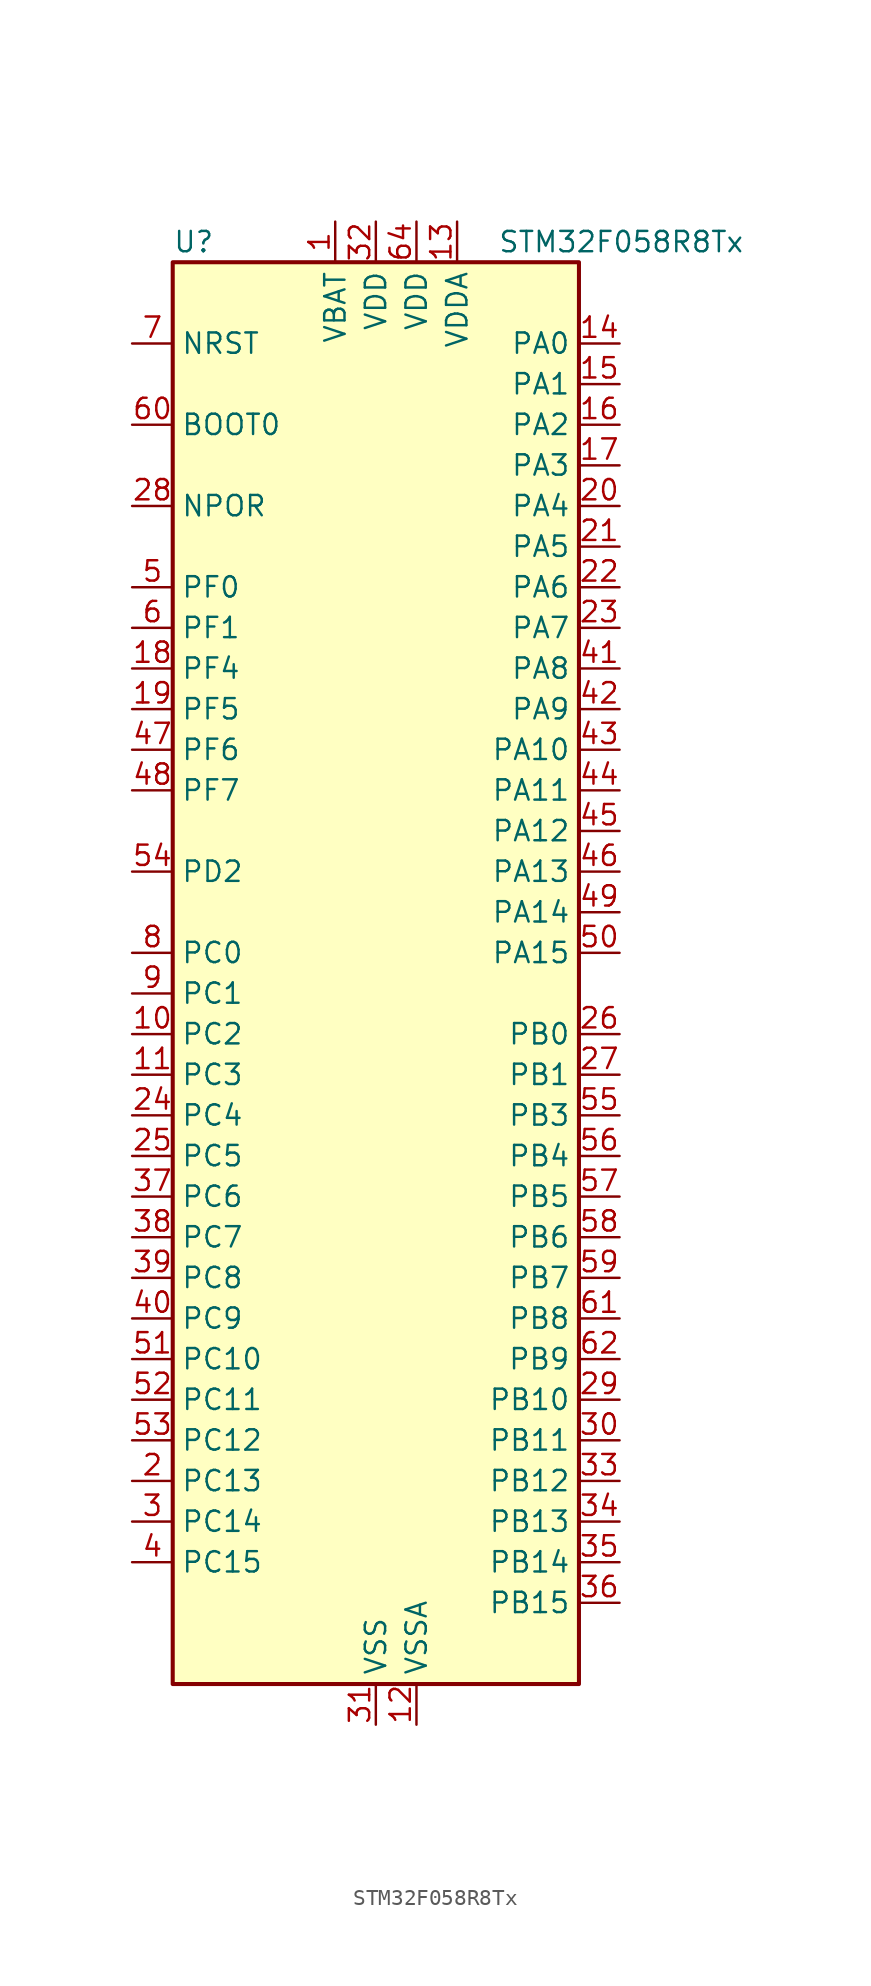
<source format=kicad_sym>
(kicad_symbol_lib
  (version 20241209)
  (generator "kicad_symbol_editor")
  (generator_version "9.0")
  (symbol "STM32F058R8Tx"
    (property "Reference" "U"
      (at -12.7 46.99 0)
      (effects (font (size 1.27 1.27)) (justify left)))
    (property "Value" "STM32F058R8Tx"
      (at 7.62 46.99 0)
      (effects (font (size 1.27 1.27)) (justify left)))
    (symbol "STM32F058R8Tx_0_1"
      (rectangle (start -12.7 -43.18) (end 12.7 45.72) (stroke (width 0.254) (type default)) (fill (type background))))
    (symbol "STM32F058R8Tx_1_1"
      (pin input line (at -15.24 40.64 0) (length 2.54) (name "NRST" (effects (font (size 1.27 1.27)))) (number "7" (effects (font (size 1.27 1.27)))))
      (pin input line (at -15.24 35.56 0) (length 2.54) (name "BOOT0" (effects (font (size 1.27 1.27)))) (number "60" (effects (font (size 1.27 1.27)))))
      (pin input line (at -15.24 30.48 0) (length 2.54) (name "NPOR" (effects (font (size 1.27 1.27)))) (number "28" (effects (font (size 1.27 1.27)))))
      (pin bidirectional line (at -15.24 25.4 0) (length 2.54) (name "PF0" (effects (font (size 1.27 1.27)))) (number "5" (effects (font (size 1.27 1.27)))) (alternate "RCC_OSC_IN" bidirectional line))
      (pin bidirectional line (at -15.24 22.86 0) (length 2.54) (name "PF1" (effects (font (size 1.27 1.27)))) (number "6" (effects (font (size 1.27 1.27)))) (alternate "RCC_OSC_OUT" bidirectional line))
      (pin bidirectional line (at -15.24 20.32 0) (length 2.54) (name "PF4" (effects (font (size 1.27 1.27)))) (number "18" (effects (font (size 1.27 1.27)))))
      (pin bidirectional line (at -15.24 17.78 0) (length 2.54) (name "PF5" (effects (font (size 1.27 1.27)))) (number "19" (effects (font (size 1.27 1.27)))))
      (pin bidirectional line (at -15.24 15.24 0) (length 2.54) (name "PF6" (effects (font (size 1.27 1.27)))) (number "47" (effects (font (size 1.27 1.27)))) (alternate "I2C2_SCL" bidirectional line))
      (pin bidirectional line (at -15.24 12.7 0) (length 2.54) (name "PF7" (effects (font (size 1.27 1.27)))) (number "48" (effects (font (size 1.27 1.27)))) (alternate "I2C2_SDA" bidirectional line))
      (pin bidirectional line (at -15.24 7.62 0) (length 2.54) (name "PD2" (effects (font (size 1.27 1.27)))) (number "54" (effects (font (size 1.27 1.27)))) (alternate "TIM3_ETR" bidirectional line))
      (pin bidirectional line (at -15.24 2.54 0) (length 2.54) (name "PC0" (effects (font (size 1.27 1.27)))) (number "8" (effects (font (size 1.27 1.27)))) (alternate "ADC_IN10" bidirectional line))
      (pin bidirectional line (at -15.24 0 0) (length 2.54) (name "PC1" (effects (font (size 1.27 1.27)))) (number "9" (effects (font (size 1.27 1.27)))) (alternate "ADC_IN11" bidirectional line))
      (pin bidirectional line (at -15.24 -2.54 0) (length 2.54) (name "PC2" (effects (font (size 1.27 1.27)))) (number "10" (effects (font (size 1.27 1.27)))) (alternate "ADC_IN12" bidirectional line))
      (pin bidirectional line (at -15.24 -5.08 0) (length 2.54) (name "PC3" (effects (font (size 1.27 1.27)))) (number "11" (effects (font (size 1.27 1.27)))) (alternate "ADC_IN13" bidirectional line))
      (pin bidirectional line (at -15.24 -7.62 0) (length 2.54) (name "PC4" (effects (font (size 1.27 1.27)))) (number "24" (effects (font (size 1.27 1.27)))) (alternate "ADC_IN14" bidirectional line))
      (pin bidirectional line (at -15.24 -10.16 0) (length 2.54) (name "PC5" (effects (font (size 1.27 1.27)))) (number "25" (effects (font (size 1.27 1.27)))) (alternate "ADC_IN15" bidirectional line) (alternate "TSC_G3_IO1" bidirectional line))
      (pin bidirectional line (at -15.24 -12.7 0) (length 2.54) (name "PC6" (effects (font (size 1.27 1.27)))) (number "37" (effects (font (size 1.27 1.27)))) (alternate "TIM3_CH1" bidirectional line))
      (pin bidirectional line (at -15.24 -15.24 0) (length 2.54) (name "PC7" (effects (font (size 1.27 1.27)))) (number "38" (effects (font (size 1.27 1.27)))) (alternate "TIM3_CH2" bidirectional line))
      (pin bidirectional line (at -15.24 -17.78 0) (length 2.54) (name "PC8" (effects (font (size 1.27 1.27)))) (number "39" (effects (font (size 1.27 1.27)))) (alternate "TIM3_CH3" bidirectional line))
      (pin bidirectional line (at -15.24 -20.32 0) (length 2.54) (name "PC9" (effects (font (size 1.27 1.27)))) (number "40" (effects (font (size 1.27 1.27)))) (alternate "DAC1_EXTI9" bidirectional line) (alternate "TIM3_CH4" bidirectional line))
      (pin bidirectional line (at -15.24 -22.86 0) (length 2.54) (name "PC10" (effects (font (size 1.27 1.27)))) (number "51" (effects (font (size 1.27 1.27)))))
      (pin bidirectional line (at -15.24 -25.4 0) (length 2.54) (name "PC11" (effects (font (size 1.27 1.27)))) (number "52" (effects (font (size 1.27 1.27)))))
      (pin bidirectional line (at -15.24 -27.94 0) (length 2.54) (name "PC12" (effects (font (size 1.27 1.27)))) (number "53" (effects (font (size 1.27 1.27)))))
      (pin bidirectional line (at -15.24 -30.48 0) (length 2.54) (name "PC13" (effects (font (size 1.27 1.27)))) (number "2" (effects (font (size 1.27 1.27)))) (alternate "RTC_OUT_ALARM" bidirectional line) (alternate "RTC_OUT_CALIB" bidirectional line) (alternate "RTC_TAMP1" bidirectional line) (alternate "RTC_TS" bidirectional line) (alternate "SYS_WKUP2" bidirectional line))
      (pin bidirectional line (at -15.24 -33.02 0) (length 2.54) (name "PC14" (effects (font (size 1.27 1.27)))) (number "3" (effects (font (size 1.27 1.27)))) (alternate "RCC_OSC32_IN" bidirectional line))
      (pin bidirectional line (at -15.24 -35.56 0) (length 2.54) (name "PC15" (effects (font (size 1.27 1.27)))) (number "4" (effects (font (size 1.27 1.27)))) (alternate "RCC_OSC32_OUT" bidirectional line))
      (pin power_in line (at -2.54 48.26 270) (length 2.54) (name "VBAT" (effects (font (size 1.27 1.27)))) (number "1" (effects (font (size 1.27 1.27)))))
      (pin power_in line (at 0 48.26 270) (length 2.54) (name "VDD" (effects (font (size 1.27 1.27)))) (number "32" (effects (font (size 1.27 1.27)))))
      (pin power_in line (at 0 -45.72 90) (length 2.54) (name "VSS" (effects (font (size 1.27 1.27)))) (number "31" (effects (font (size 1.27 1.27)))))
      (pin passive line (at 0 -45.72 90) (length 2.54) (hide yes) (name "VSS" (effects (font (size 1.27 1.27)))) (number "63" (effects (font (size 1.27 1.27)))))
      (pin power_in line (at 2.54 48.26 270) (length 2.54) (name "VDD" (effects (font (size 1.27 1.27)))) (number "64" (effects (font (size 1.27 1.27)))))
      (pin power_in line (at 2.54 -45.72 90) (length 2.54) (name "VSSA" (effects (font (size 1.27 1.27)))) (number "12" (effects (font (size 1.27 1.27)))))
      (pin power_in line (at 5.08 48.26 270) (length 2.54) (name "VDDA" (effects (font (size 1.27 1.27)))) (number "13" (effects (font (size 1.27 1.27)))))
      (pin bidirectional line (at 15.24 40.64 180) (length 2.54) (name "PA0" (effects (font (size 1.27 1.27)))) (number "14" (effects (font (size 1.27 1.27)))) (alternate "ADC_IN0" bidirectional line) (alternate "COMP1_INM" bidirectional line) (alternate "COMP1_OUT" bidirectional line) (alternate "RTC_TAMP2" bidirectional line) (alternate "SYS_WKUP1" bidirectional line) (alternate "TIM2_CH1" bidirectional line) (alternate "TIM2_ETR" bidirectional line) (alternate "TSC_G1_IO1" bidirectional line) (alternate "USART2_CTS" bidirectional line))
      (pin bidirectional line (at 15.24 38.1 180) (length 2.54) (name "PA1" (effects (font (size 1.27 1.27)))) (number "15" (effects (font (size 1.27 1.27)))) (alternate "ADC_IN1" bidirectional line) (alternate "COMP1_INP" bidirectional line) (alternate "TIM2_CH2" bidirectional line) (alternate "TSC_G1_IO2" bidirectional line) (alternate "USART2_DE" bidirectional line) (alternate "USART2_RTS" bidirectional line))
      (pin bidirectional line (at 15.24 35.56 180) (length 2.54) (name "PA2" (effects (font (size 1.27 1.27)))) (number "16" (effects (font (size 1.27 1.27)))) (alternate "ADC_IN2" bidirectional line) (alternate "COMP2_INM" bidirectional line) (alternate "COMP2_OUT" bidirectional line) (alternate "TIM15_CH1" bidirectional line) (alternate "TIM2_CH3" bidirectional line) (alternate "TSC_G1_IO3" bidirectional line) (alternate "USART2_TX" bidirectional line))
      (pin bidirectional line (at 15.24 33.02 180) (length 2.54) (name "PA3" (effects (font (size 1.27 1.27)))) (number "17" (effects (font (size 1.27 1.27)))) (alternate "ADC_IN3" bidirectional line) (alternate "COMP2_INP" bidirectional line) (alternate "TIM15_CH2" bidirectional line) (alternate "TIM2_CH4" bidirectional line) (alternate "TSC_G1_IO4" bidirectional line) (alternate "USART2_RX" bidirectional line))
      (pin bidirectional line (at 15.24 30.48 180) (length 2.54) (name "PA4" (effects (font (size 1.27 1.27)))) (number "20" (effects (font (size 1.27 1.27)))) (alternate "ADC_IN4" bidirectional line) (alternate "COMP1_INM" bidirectional line) (alternate "COMP2_INM" bidirectional line) (alternate "DAC1_OUT1" bidirectional line) (alternate "I2S1_WS" bidirectional line) (alternate "SPI1_NSS" bidirectional line) (alternate "TIM14_CH1" bidirectional line) (alternate "TSC_G2_IO1" bidirectional line) (alternate "USART2_CK" bidirectional line))
      (pin bidirectional line (at 15.24 27.94 180) (length 2.54) (name "PA5" (effects (font (size 1.27 1.27)))) (number "21" (effects (font (size 1.27 1.27)))) (alternate "ADC_IN5" bidirectional line) (alternate "CEC" bidirectional line) (alternate "COMP1_INM" bidirectional line) (alternate "COMP2_INM" bidirectional line) (alternate "I2S1_CK" bidirectional line) (alternate "SPI1_SCK" bidirectional line) (alternate "TIM2_CH1" bidirectional line) (alternate "TIM2_ETR" bidirectional line) (alternate "TSC_G2_IO2" bidirectional line))
      (pin bidirectional line (at 15.24 25.4 180) (length 2.54) (name "PA6" (effects (font (size 1.27 1.27)))) (number "22" (effects (font (size 1.27 1.27)))) (alternate "ADC_IN6" bidirectional line) (alternate "COMP1_OUT" bidirectional line) (alternate "I2S1_MCK" bidirectional line) (alternate "SPI1_MISO" bidirectional line) (alternate "TIM16_CH1" bidirectional line) (alternate "TIM1_BKIN" bidirectional line) (alternate "TIM3_CH1" bidirectional line) (alternate "TSC_G2_IO3" bidirectional line))
      (pin bidirectional line (at 15.24 22.86 180) (length 2.54) (name "PA7" (effects (font (size 1.27 1.27)))) (number "23" (effects (font (size 1.27 1.27)))) (alternate "ADC_IN7" bidirectional line) (alternate "COMP2_OUT" bidirectional line) (alternate "I2S1_SD" bidirectional line) (alternate "SPI1_MOSI" bidirectional line) (alternate "TIM14_CH1" bidirectional line) (alternate "TIM17_CH1" bidirectional line) (alternate "TIM1_CH1N" bidirectional line) (alternate "TIM3_CH2" bidirectional line) (alternate "TSC_G2_IO4" bidirectional line))
      (pin bidirectional line (at 15.24 20.32 180) (length 2.54) (name "PA8" (effects (font (size 1.27 1.27)))) (number "41" (effects (font (size 1.27 1.27)))) (alternate "RCC_MCO" bidirectional line) (alternate "TIM1_CH1" bidirectional line) (alternate "USART1_CK" bidirectional line))
      (pin bidirectional line (at 15.24 17.78 180) (length 2.54) (name "PA9" (effects (font (size 1.27 1.27)))) (number "42" (effects (font (size 1.27 1.27)))) (alternate "DAC1_EXTI9" bidirectional line) (alternate "TIM15_BKIN" bidirectional line) (alternate "TIM1_CH2" bidirectional line) (alternate "TSC_G4_IO1" bidirectional line) (alternate "USART1_TX" bidirectional line))
      (pin bidirectional line (at 15.24 15.24 180) (length 2.54) (name "PA10" (effects (font (size 1.27 1.27)))) (number "43" (effects (font (size 1.27 1.27)))) (alternate "TIM17_BKIN" bidirectional line) (alternate "TIM1_CH3" bidirectional line) (alternate "TSC_G4_IO2" bidirectional line) (alternate "USART1_RX" bidirectional line))
      (pin bidirectional line (at 15.24 12.7 180) (length 2.54) (name "PA11" (effects (font (size 1.27 1.27)))) (number "44" (effects (font (size 1.27 1.27)))) (alternate "COMP1_OUT" bidirectional line) (alternate "TIM1_CH4" bidirectional line) (alternate "TSC_G4_IO3" bidirectional line) (alternate "USART1_CTS" bidirectional line))
      (pin bidirectional line (at 15.24 10.16 180) (length 2.54) (name "PA12" (effects (font (size 1.27 1.27)))) (number "45" (effects (font (size 1.27 1.27)))) (alternate "COMP2_OUT" bidirectional line) (alternate "TIM1_ETR" bidirectional line) (alternate "TSC_G4_IO4" bidirectional line) (alternate "USART1_DE" bidirectional line) (alternate "USART1_RTS" bidirectional line))
      (pin bidirectional line (at 15.24 7.62 180) (length 2.54) (name "PA13" (effects (font (size 1.27 1.27)))) (number "46" (effects (font (size 1.27 1.27)))) (alternate "IR_OUT" bidirectional line) (alternate "SYS_SWDIO" bidirectional line))
      (pin bidirectional line (at 15.24 5.08 180) (length 2.54) (name "PA14" (effects (font (size 1.27 1.27)))) (number "49" (effects (font (size 1.27 1.27)))) (alternate "SYS_SWCLK" bidirectional line) (alternate "USART2_TX" bidirectional line))
      (pin bidirectional line (at 15.24 2.54 180) (length 2.54) (name "PA15" (effects (font (size 1.27 1.27)))) (number "50" (effects (font (size 1.27 1.27)))) (alternate "I2S1_WS" bidirectional line) (alternate "SPI1_NSS" bidirectional line) (alternate "TIM2_CH1" bidirectional line) (alternate "TIM2_ETR" bidirectional line) (alternate "USART2_RX" bidirectional line))
      (pin bidirectional line (at 15.24 -2.54 180) (length 2.54) (name "PB0" (effects (font (size 1.27 1.27)))) (number "26" (effects (font (size 1.27 1.27)))) (alternate "ADC_IN8" bidirectional line) (alternate "TIM1_CH2N" bidirectional line) (alternate "TIM3_CH3" bidirectional line) (alternate "TSC_G3_IO2" bidirectional line))
      (pin bidirectional line (at 15.24 -5.08 180) (length 2.54) (name "PB1" (effects (font (size 1.27 1.27)))) (number "27" (effects (font (size 1.27 1.27)))) (alternate "ADC_IN9" bidirectional line) (alternate "TIM14_CH1" bidirectional line) (alternate "TIM1_CH3N" bidirectional line) (alternate "TIM3_CH4" bidirectional line) (alternate "TSC_G3_IO3" bidirectional line))
      (pin bidirectional line (at 15.24 -7.62 180) (length 2.54) (name "PB3" (effects (font (size 1.27 1.27)))) (number "55" (effects (font (size 1.27 1.27)))) (alternate "I2S1_CK" bidirectional line) (alternate "SPI1_SCK" bidirectional line) (alternate "TIM2_CH2" bidirectional line) (alternate "TSC_G5_IO1" bidirectional line))
      (pin bidirectional line (at 15.24 -10.16 180) (length 2.54) (name "PB4" (effects (font (size 1.27 1.27)))) (number "56" (effects (font (size 1.27 1.27)))) (alternate "I2S1_MCK" bidirectional line) (alternate "SPI1_MISO" bidirectional line) (alternate "TIM3_CH1" bidirectional line) (alternate "TSC_G5_IO2" bidirectional line))
      (pin bidirectional line (at 15.24 -12.7 180) (length 2.54) (name "PB5" (effects (font (size 1.27 1.27)))) (number "57" (effects (font (size 1.27 1.27)))) (alternate "I2C1_SMBA" bidirectional line) (alternate "I2S1_SD" bidirectional line) (alternate "SPI1_MOSI" bidirectional line) (alternate "TIM16_BKIN" bidirectional line) (alternate "TIM3_CH2" bidirectional line))
      (pin bidirectional line (at 15.24 -15.24 180) (length 2.54) (name "PB6" (effects (font (size 1.27 1.27)))) (number "58" (effects (font (size 1.27 1.27)))) (alternate "I2C1_SCL" bidirectional line) (alternate "TIM16_CH1N" bidirectional line) (alternate "TSC_G5_IO3" bidirectional line) (alternate "USART1_TX" bidirectional line))
      (pin bidirectional line (at 15.24 -17.78 180) (length 2.54) (name "PB7" (effects (font (size 1.27 1.27)))) (number "59" (effects (font (size 1.27 1.27)))) (alternate "I2C1_SDA" bidirectional line) (alternate "TIM17_CH1N" bidirectional line) (alternate "TSC_G5_IO4" bidirectional line) (alternate "USART1_RX" bidirectional line))
      (pin bidirectional line (at 15.24 -20.32 180) (length 2.54) (name "PB8" (effects (font (size 1.27 1.27)))) (number "61" (effects (font (size 1.27 1.27)))) (alternate "CEC" bidirectional line) (alternate "I2C1_SCL" bidirectional line) (alternate "TIM16_CH1" bidirectional line) (alternate "TSC_SYNC" bidirectional line))
      (pin bidirectional line (at 15.24 -22.86 180) (length 2.54) (name "PB9" (effects (font (size 1.27 1.27)))) (number "62" (effects (font (size 1.27 1.27)))) (alternate "DAC1_EXTI9" bidirectional line) (alternate "I2C1_SDA" bidirectional line) (alternate "IR_OUT" bidirectional line) (alternate "TIM17_CH1" bidirectional line))
      (pin bidirectional line (at 15.24 -25.4 180) (length 2.54) (name "PB10" (effects (font (size 1.27 1.27)))) (number "29" (effects (font (size 1.27 1.27)))) (alternate "CEC" bidirectional line) (alternate "I2C2_SCL" bidirectional line) (alternate "TIM2_CH3" bidirectional line) (alternate "TSC_SYNC" bidirectional line))
      (pin bidirectional line (at 15.24 -27.94 180) (length 2.54) (name "PB11" (effects (font (size 1.27 1.27)))) (number "30" (effects (font (size 1.27 1.27)))) (alternate "I2C2_SDA" bidirectional line) (alternate "TIM2_CH4" bidirectional line) (alternate "TSC_G6_IO1" bidirectional line))
      (pin bidirectional line (at 15.24 -30.48 180) (length 2.54) (name "PB12" (effects (font (size 1.27 1.27)))) (number "33" (effects (font (size 1.27 1.27)))) (alternate "SPI2_NSS" bidirectional line) (alternate "TIM1_BKIN" bidirectional line) (alternate "TSC_G6_IO2" bidirectional line))
      (pin bidirectional line (at 15.24 -33.02 180) (length 2.54) (name "PB13" (effects (font (size 1.27 1.27)))) (number "34" (effects (font (size 1.27 1.27)))) (alternate "SPI2_SCK" bidirectional line) (alternate "TIM1_CH1N" bidirectional line) (alternate "TSC_G6_IO3" bidirectional line))
      (pin bidirectional line (at 15.24 -35.56 180) (length 2.54) (name "PB14" (effects (font (size 1.27 1.27)))) (number "35" (effects (font (size 1.27 1.27)))) (alternate "SPI2_MISO" bidirectional line) (alternate "TIM15_CH1" bidirectional line) (alternate "TIM1_CH2N" bidirectional line) (alternate "TSC_G6_IO4" bidirectional line))
      (pin bidirectional line (at 15.24 -38.1 180) (length 2.54) (name "PB15" (effects (font (size 1.27 1.27)))) (number "36" (effects (font (size 1.27 1.27)))) (alternate "RTC_REFIN" bidirectional line) (alternate "SPI2_MOSI" bidirectional line) (alternate "TIM15_CH1N" bidirectional line) (alternate "TIM15_CH2" bidirectional line) (alternate "TIM1_CH3N" bidirectional line)))))
</source>
